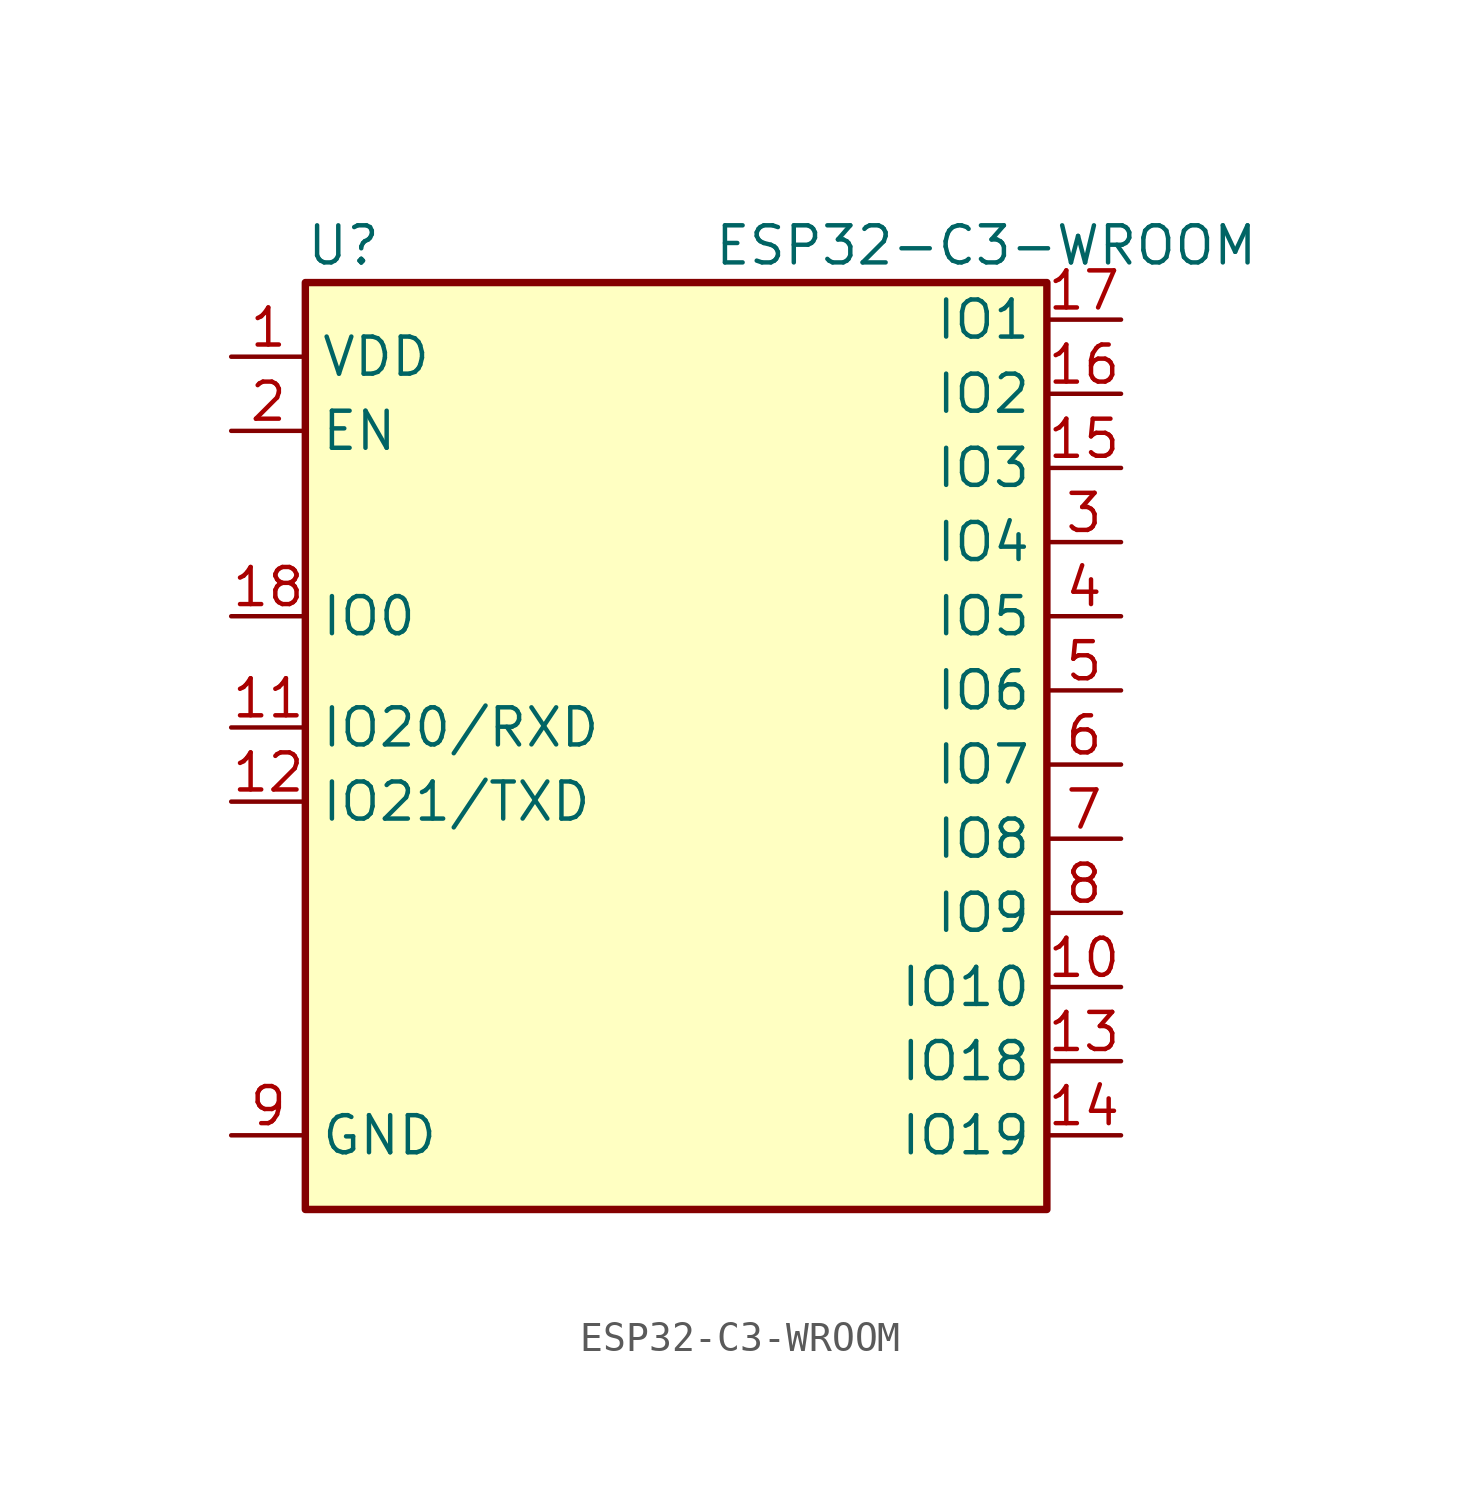
<source format=kicad_sym>
(kicad_symbol_lib
  (version 20220914)
  (generator kicad_symbol_editor)
  (symbol "ESP32-C3-WROOM"
    (property "Reference" "U"
      (at -12.7 17.78 0)
      (effects (font (size 1.27 1.27)) (justify left)))
    (property "Value" "ESP32-C3-WROOM"
      (at 1.27 17.78 0)
      (effects (font (size 1.27 1.27)) (justify left)))
    (symbol "ESP32-C3-WROOM_0_1"
      (rectangle (start -12.7 16.51) (end 12.7 -15.24) (stroke (width 0.254) (type default)) (fill (type background))))
    (symbol "ESP32-C3-WROOM_1_1"
      (pin power_in line (at -15.24 13.97 0) (length 2.54) (name "VDD" (effects (font (size 1.27 1.27)))) (number "1" (effects (font (size 1.27 1.27)))))
      (pin bidirectional line (at 15.24 -7.62 180) (length 2.54) (name "IO10" (effects (font (size 1.27 1.27)))) (number "10" (effects (font (size 1.27 1.27)))))
      (pin bidirectional line (at -15.24 1.27 0) (length 2.54) (name "IO20/RXD" (effects (font (size 1.27 1.27)))) (number "11" (effects (font (size 1.27 1.27)))))
      (pin bidirectional line (at -15.24 -1.27 0) (length 2.54) (name "IO21/TXD" (effects (font (size 1.27 1.27)))) (number "12" (effects (font (size 1.27 1.27)))))
      (pin bidirectional line (at 15.24 -10.16 180) (length 2.54) (name "IO18" (effects (font (size 1.27 1.27)))) (number "13" (effects (font (size 1.27 1.27)))))
      (pin bidirectional line (at 15.24 -12.7 180) (length 2.54) (name "IO19" (effects (font (size 1.27 1.27)))) (number "14" (effects (font (size 1.27 1.27)))))
      (pin bidirectional line (at 15.24 10.16 180) (length 2.54) (name "IO3" (effects (font (size 1.27 1.27)))) (number "15" (effects (font (size 1.27 1.27)))))
      (pin bidirectional line (at 15.24 12.7 180) (length 2.54) (name "IO2" (effects (font (size 1.27 1.27)))) (number "16" (effects (font (size 1.27 1.27)))))
      (pin bidirectional line (at 15.24 15.24 180) (length 2.54) (name "IO1" (effects (font (size 1.27 1.27)))) (number "17" (effects (font (size 1.27 1.27)))))
      (pin bidirectional line (at -15.24 5.08 0) (length 2.54) (name "IO0" (effects (font (size 1.27 1.27)))) (number "18" (effects (font (size 1.27 1.27)))))
      (pin input line (at -15.24 11.43 0) (length 2.54) (name "EN" (effects (font (size 1.27 1.27)))) (number "2" (effects (font (size 1.27 1.27)))))
      (pin bidirectional line (at 15.24 7.62 180) (length 2.54) (name "IO4" (effects (font (size 1.27 1.27)))) (number "3" (effects (font (size 1.27 1.27)))))
      (pin bidirectional line (at 15.24 5.08 180) (length 2.54) (name "IO5" (effects (font (size 1.27 1.27)))) (number "4" (effects (font (size 1.27 1.27)))))
      (pin bidirectional line (at 15.24 2.54 180) (length 2.54) (name "IO6" (effects (font (size 1.27 1.27)))) (number "5" (effects (font (size 1.27 1.27)))))
      (pin bidirectional line (at 15.24 0 180) (length 2.54) (name "IO7" (effects (font (size 1.27 1.27)))) (number "6" (effects (font (size 1.27 1.27)))))
      (pin bidirectional line (at 15.24 -2.54 180) (length 2.54) (name "IO8" (effects (font (size 1.27 1.27)))) (number "7" (effects (font (size 1.27 1.27)))))
      (pin bidirectional line (at 15.24 -5.08 180) (length 2.54) (name "IO9" (effects (font (size 1.27 1.27)))) (number "8" (effects (font (size 1.27 1.27)))))
      (pin power_in line (at -15.24 -12.7 0) (length 2.54) (name "GND" (effects (font (size 1.27 1.27)))) (number "9" (effects (font (size 1.27 1.27)))))
      (pin passive line (at -15.24 -12.7 0) (length 2.54) hide (name "GND" (effects (font (size 1.27 1.27)))) (number "G1" (effects (font (size 1.27 1.27)))))
      (pin passive line (at -15.24 -12.7 0) (length 2.54) hide (name "GND" (effects (font (size 1.27 1.27)))) (number "G2" (effects (font (size 1.27 1.27)))))
      (pin passive line (at -15.24 -12.7 0) (length 2.54) hide (name "GND" (effects (font (size 1.27 1.27)))) (number "G3" (effects (font (size 1.27 1.27)))))
      (pin passive line (at -15.24 -12.7 0) (length 2.54) hide (name "GND" (effects (font (size 1.27 1.27)))) (number "G4" (effects (font (size 1.27 1.27)))))
      (pin passive line (at -15.24 -12.7 0) (length 2.54) hide (name "GND" (effects (font (size 1.27 1.27)))) (number "G5" (effects (font (size 1.27 1.27)))))
      (pin passive line (at -15.24 -12.7 0) (length 2.54) hide (name "GND" (effects (font (size 1.27 1.27)))) (number "G6" (effects (font (size 1.27 1.27)))))
      (pin passive line (at -15.24 -12.7 0) (length 2.54) hide (name "GND" (effects (font (size 1.27 1.27)))) (number "G7" (effects (font (size 1.27 1.27)))))
      (pin passive line (at -15.24 -12.7 0) (length 2.54) hide (name "GND" (effects (font (size 1.27 1.27)))) (number "G8" (effects (font (size 1.27 1.27)))))
      (pin passive line (at -15.24 -12.7 0) (length 2.54) hide (name "GND" (effects (font (size 1.27 1.27)))) (number "G9" (effects (font (size 1.27 1.27))))))))
</source>
